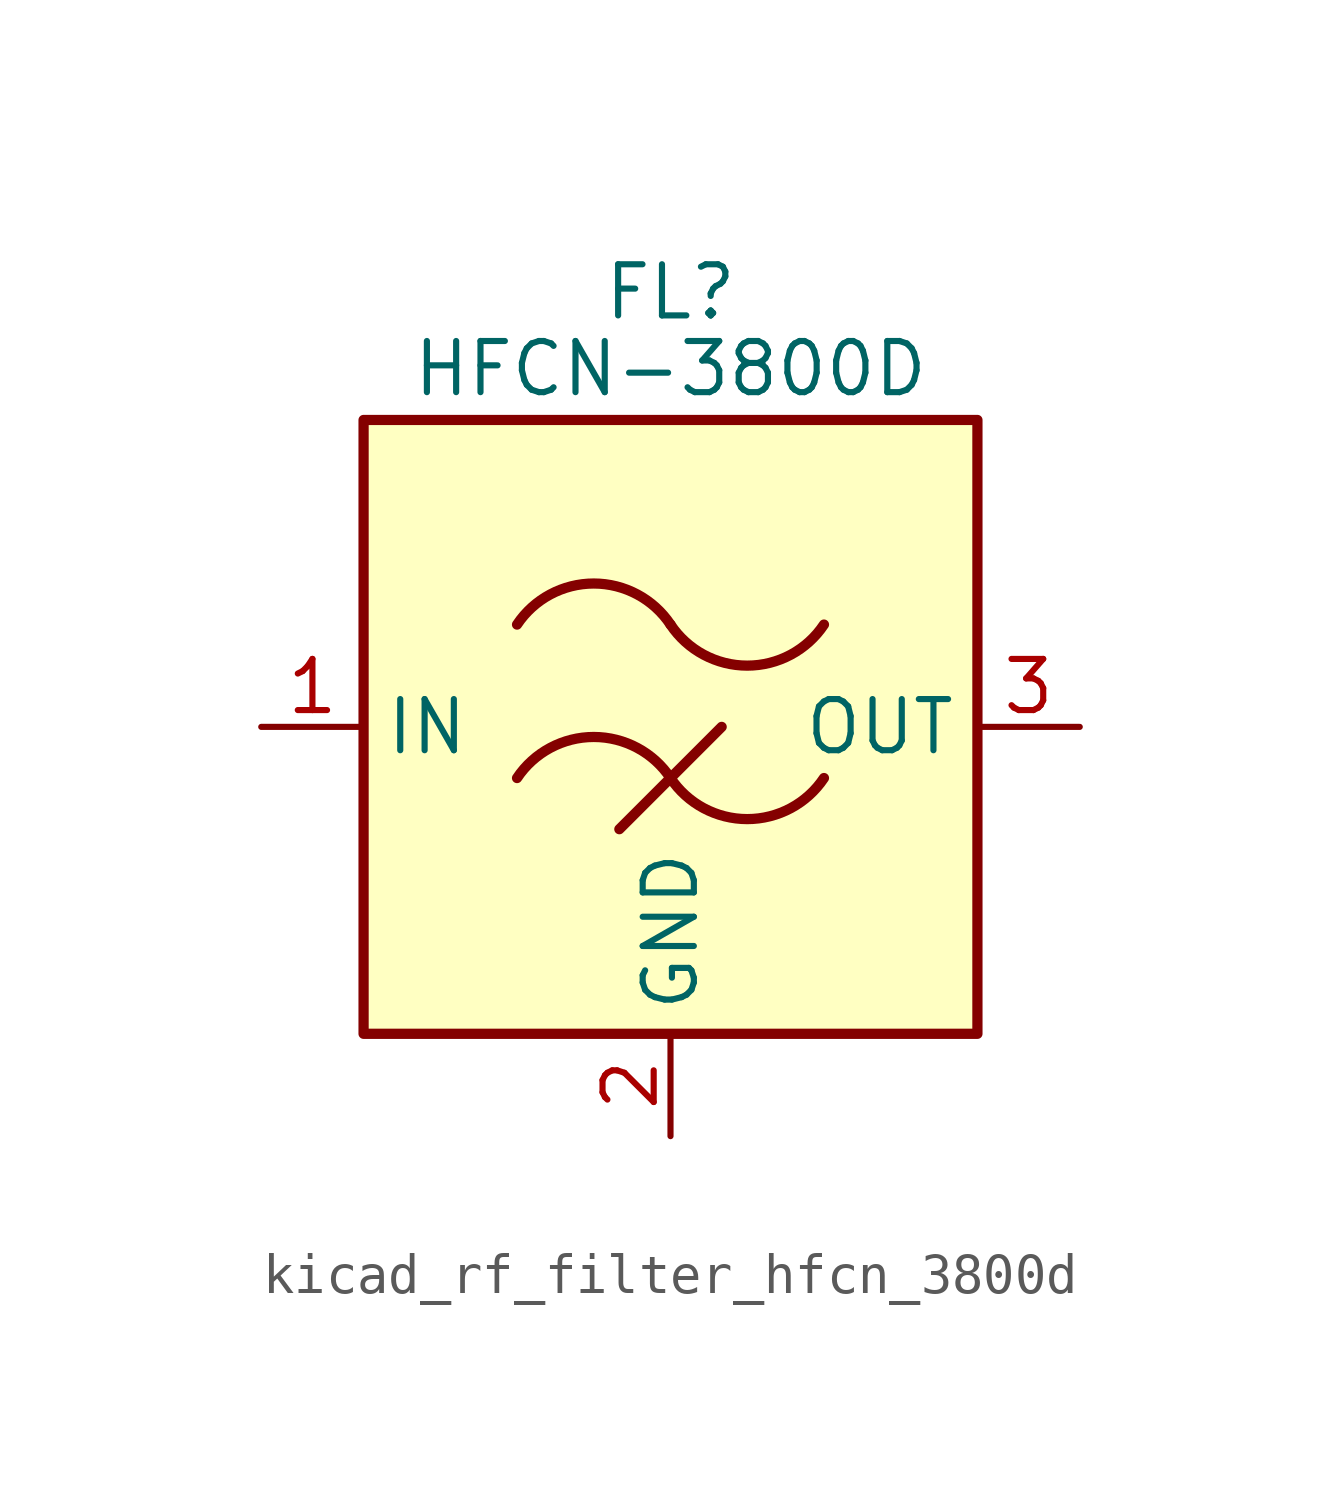
<source format=kicad_sym>
(kicad_symbol_lib
  (version 20220914)
  (generator kicad_symbol_editor)
  (symbol "kicad_rf_filter_hfcn_3800d"
    (property "Reference" "FL"
      (at 0 10.795 0)
      (effects (font (size 1.27 1.27))))
    (property "Value" "HFCN-3800D"
      (at 0 8.89 0)
      (effects (font (size 1.27 1.27))))
    (symbol "kicad_rf_filter_hfcn_3800d_0_1"
      (rectangle (start -7.62 7.62) (end 7.62 -7.62) (stroke (width 0.254) (type default)) (fill (type background)))
      (arc (start 0 -1.27) (mid -1.905 -0.2505) (end -3.81 -1.27) (stroke (width 0.254) (type default)) (fill (type none)))
      (arc (start 0 -1.27) (mid 1.905 -2.2895) (end 3.81 -1.27) (stroke (width 0.254) (type default)) (fill (type none)))
      (polyline (pts (xy -1.27 -2.54) (xy 1.27 0)) (stroke (width 0.254) (type default)) (fill (type none)))
      (arc (start 0 2.54) (mid -1.905 3.5595) (end -3.81 2.54) (stroke (width 0.254) (type default)) (fill (type none)))
      (arc (start 0 2.54) (mid 1.905 1.5205) (end 3.81 2.54) (stroke (width 0.254) (type default)) (fill (type none))))
    (symbol "kicad_rf_filter_hfcn_3800d_1_1"
      (pin passive line (at -10.16 0 0) (length 2.54) (name "IN" (effects (font (size 1.27 1.27)))) (number "1" (effects (font (size 1.27 1.27)))))
      (pin passive line (at 0 -10.16 90) (length 2.54) (name "GND" (effects (font (size 1.27 1.27)))) (number "2" (effects (font (size 1.27 1.27)))))
      (pin passive line (at 10.16 0 180) (length 2.54) (name "OUT" (effects (font (size 1.27 1.27)))) (number "3" (effects (font (size 1.27 1.27)))))
      (pin passive line (at 0 -10.16 90) (length 2.54) hide (name "GND" (effects (font (size 1.27 1.27)))) (number "4" (effects (font (size 1.27 1.27)))))
      (pin passive line (at 0 -10.16 90) (length 2.54) hide (name "GND" (effects (font (size 1.27 1.27)))) (number "5" (effects (font (size 1.27 1.27)))))
      (pin passive line (at 0 -10.16 90) (length 2.54) hide (name "GND" (effects (font (size 1.27 1.27)))) (number "6" (effects (font (size 1.27 1.27))))))))
</source>
